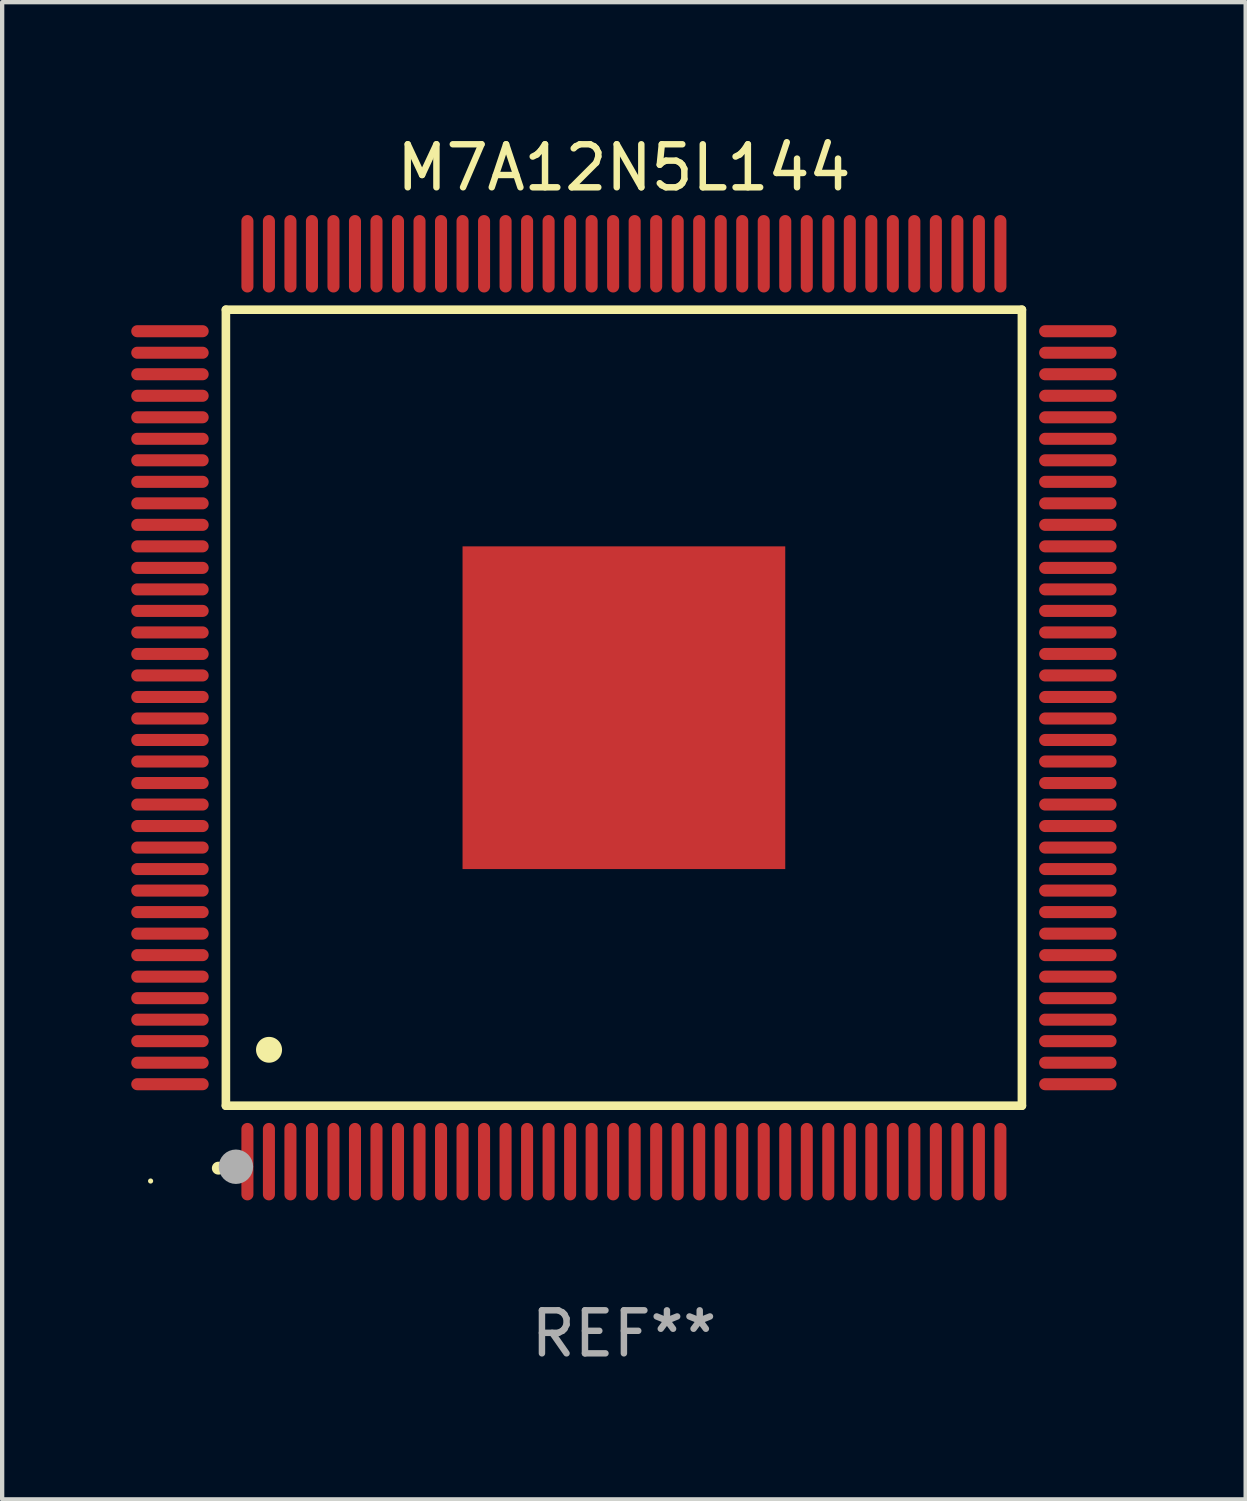
<source format=kicad_pcb>
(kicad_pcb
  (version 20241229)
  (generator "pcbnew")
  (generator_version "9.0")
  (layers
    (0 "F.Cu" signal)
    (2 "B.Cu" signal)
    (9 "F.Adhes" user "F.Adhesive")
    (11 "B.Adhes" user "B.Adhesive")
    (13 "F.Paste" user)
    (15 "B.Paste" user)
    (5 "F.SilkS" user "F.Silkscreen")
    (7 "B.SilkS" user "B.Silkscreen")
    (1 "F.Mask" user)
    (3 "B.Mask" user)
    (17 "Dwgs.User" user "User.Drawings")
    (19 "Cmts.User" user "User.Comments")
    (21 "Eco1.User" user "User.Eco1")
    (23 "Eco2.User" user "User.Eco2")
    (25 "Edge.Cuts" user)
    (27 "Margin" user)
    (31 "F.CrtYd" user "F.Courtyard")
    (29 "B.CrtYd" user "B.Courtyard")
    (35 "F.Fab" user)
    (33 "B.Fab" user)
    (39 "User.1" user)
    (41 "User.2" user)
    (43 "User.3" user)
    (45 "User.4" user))
  (footprint "M7A12N5L144"
    (layer "F.Cu")
    (at 11.45 13.398)
    (property "Reference" "M7A12N5L144" (at 0 -12.55 0) (layer "F.SilkS") (effects (font (size 1 1) (thickness 0.15))))
    (attr through_hole)
    (fp_line (start -9.25 -9.25) (end 9.25 -9.25) (stroke (width 0.2) (type solid)) (layer "F.SilkS"))
    (fp_line (start -9.25 9.25) (end -9.25 -9.25) (stroke (width 0.2) (type solid)) (layer "F.SilkS"))
    (fp_line (start 9.25 -9.25) (end 9.25 9.25) (stroke (width 0.2) (type solid)) (layer "F.SilkS"))
    (fp_line (start 9.25 9.25) (end -9.25 9.25) (stroke (width 0.2) (type solid)) (layer "F.SilkS"))
    (fp_arc (start -9.425959 10.701041) (mid -9.424689 10.701036) (end -9.423419 10.701041) (stroke (width 0.3) (type solid)) (layer "F.SilkS"))
    (fp_arc (start -8.249936 7.950216) (mid -8.247396 7.950205) (end -8.244856 7.950216) (stroke (width 0.6) (type solid)) (layer "F.SilkS"))
    (fp_circle (center -11 11) (end -10.97 11) (stroke (width 0.06) (type solid)) (fill no) (layer "F.SilkS"))
    (fp_circle (center -9.017 10.668) (end -8.817 10.668) (stroke (width 0.4) (type solid)) (fill no) (layer "F.Fab"))
    (fp_text user "REF**" (at 0 14.55 0) (layer "F.Fab") (effects (font (size 1 1) (thickness 0.15))))
    (pad "1" smd oval (at -8.75 10.55 180) (size 0.28 1.8) (layers "F.Cu" "F.Mask" "F.Paste"))
    (pad "2" smd oval (at -8.25 10.55 180) (size 0.28 1.8) (layers "F.Cu" "F.Mask" "F.Paste"))
    (pad "3" smd oval (at -7.75 10.55 180) (size 0.28 1.8) (layers "F.Cu" "F.Mask" "F.Paste"))
    (pad "4" smd oval (at -7.25 10.55 180) (size 0.28 1.8) (layers "F.Cu" "F.Mask" "F.Paste"))
    (pad "5" smd oval (at -6.75 10.55 180) (size 0.28 1.8) (layers "F.Cu" "F.Mask" "F.Paste"))
    (pad "6" smd oval (at -6.25 10.55 180) (size 0.28 1.8) (layers "F.Cu" "F.Mask" "F.Paste"))
    (pad "7" smd oval (at -5.75 10.55 180) (size 0.28 1.8) (layers "F.Cu" "F.Mask" "F.Paste"))
    (pad "8" smd oval (at -5.25 10.55 180) (size 0.28 1.8) (layers "F.Cu" "F.Mask" "F.Paste"))
    (pad "9" smd oval (at -4.75 10.55 180) (size 0.28 1.8) (layers "F.Cu" "F.Mask" "F.Paste"))
    (pad "10" smd oval (at -4.25 10.55 180) (size 0.28 1.8) (layers "F.Cu" "F.Mask" "F.Paste"))
    (pad "11" smd oval (at -3.75 10.55 180) (size 0.28 1.8) (layers "F.Cu" "F.Mask" "F.Paste"))
    (pad "12" smd oval (at -3.25 10.55 180) (size 0.28 1.8) (layers "F.Cu" "F.Mask" "F.Paste"))
    (pad "13" smd oval (at -2.75 10.55 180) (size 0.28 1.8) (layers "F.Cu" "F.Mask" "F.Paste"))
    (pad "14" smd oval (at -2.25 10.55 180) (size 0.28 1.8) (layers "F.Cu" "F.Mask" "F.Paste"))
    (pad "15" smd oval (at -1.75 10.55 180) (size 0.28 1.8) (layers "F.Cu" "F.Mask" "F.Paste"))
    (pad "16" smd oval (at -1.25 10.55 180) (size 0.28 1.8) (layers "F.Cu" "F.Mask" "F.Paste"))
    (pad "17" smd oval (at -0.75 10.55 180) (size 0.28 1.8) (layers "F.Cu" "F.Mask" "F.Paste"))
    (pad "18" smd oval (at -0.25 10.55 180) (size 0.28 1.8) (layers "F.Cu" "F.Mask" "F.Paste"))
    (pad "19" smd oval (at 0.25 10.55 180) (size 0.28 1.8) (layers "F.Cu" "F.Mask" "F.Paste"))
    (pad "20" smd oval (at 0.75 10.55 180) (size 0.28 1.8) (layers "F.Cu" "F.Mask" "F.Paste"))
    (pad "21" smd oval (at 1.25 10.55 180) (size 0.28 1.8) (layers "F.Cu" "F.Mask" "F.Paste"))
    (pad "22" smd oval (at 1.75 10.55 180) (size 0.28 1.8) (layers "F.Cu" "F.Mask" "F.Paste"))
    (pad "23" smd oval (at 2.25 10.55 180) (size 0.28 1.8) (layers "F.Cu" "F.Mask" "F.Paste"))
    (pad "24" smd oval (at 2.75 10.55 180) (size 0.28 1.8) (layers "F.Cu" "F.Mask" "F.Paste"))
    (pad "25" smd oval (at 3.25 10.55 180) (size 0.28 1.8) (layers "F.Cu" "F.Mask" "F.Paste"))
    (pad "26" smd oval (at 3.75 10.55 180) (size 0.28 1.8) (layers "F.Cu" "F.Mask" "F.Paste"))
    (pad "27" smd oval (at 4.25 10.55 180) (size 0.28 1.8) (layers "F.Cu" "F.Mask" "F.Paste"))
    (pad "28" smd oval (at 4.75 10.55 180) (size 0.28 1.8) (layers "F.Cu" "F.Mask" "F.Paste"))
    (pad "29" smd oval (at 5.25 10.55 180) (size 0.28 1.8) (layers "F.Cu" "F.Mask" "F.Paste"))
    (pad "30" smd oval (at 5.75 10.55 180) (size 0.28 1.8) (layers "F.Cu" "F.Mask" "F.Paste"))
    (pad "31" smd oval (at 6.25 10.55 180) (size 0.28 1.8) (layers "F.Cu" "F.Mask" "F.Paste"))
    (pad "32" smd oval (at 6.75 10.55 180) (size 0.28 1.8) (layers "F.Cu" "F.Mask" "F.Paste"))
    (pad "33" smd oval (at 7.25 10.55 180) (size 0.28 1.8) (layers "F.Cu" "F.Mask" "F.Paste"))
    (pad "34" smd oval (at 7.75 10.55 180) (size 0.28 1.8) (layers "F.Cu" "F.Mask" "F.Paste"))
    (pad "35" smd oval (at 8.25 10.55 180) (size 0.28 1.8) (layers "F.Cu" "F.Mask" "F.Paste"))
    (pad "36" smd oval (at 8.75 10.55 180) (size 0.28 1.8) (layers "F.Cu" "F.Mask" "F.Paste"))
    (pad "37" smd oval (at 10.55 8.75 90) (size 0.28 1.8) (layers "F.Cu" "F.Mask" "F.Paste"))
    (pad "38" smd oval (at 10.55 8.25 90) (size 0.28 1.8) (layers "F.Cu" "F.Mask" "F.Paste"))
    (pad "39" smd oval (at 10.55 7.75 90) (size 0.28 1.8) (layers "F.Cu" "F.Mask" "F.Paste"))
    (pad "40" smd oval (at 10.55 7.25 90) (size 0.28 1.8) (layers "F.Cu" "F.Mask" "F.Paste"))
    (pad "41" smd oval (at 10.55 6.75 90) (size 0.28 1.8) (layers "F.Cu" "F.Mask" "F.Paste"))
    (pad "42" smd oval (at 10.55 6.25 90) (size 0.28 1.8) (layers "F.Cu" "F.Mask" "F.Paste"))
    (pad "43" smd oval (at 10.55 5.75 90) (size 0.28 1.8) (layers "F.Cu" "F.Mask" "F.Paste"))
    (pad "44" smd oval (at 10.55 5.25 90) (size 0.28 1.8) (layers "F.Cu" "F.Mask" "F.Paste"))
    (pad "45" smd oval (at 10.55 4.75 90) (size 0.28 1.8) (layers "F.Cu" "F.Mask" "F.Paste"))
    (pad "46" smd oval (at 10.55 4.25 90) (size 0.28 1.8) (layers "F.Cu" "F.Mask" "F.Paste"))
    (pad "47" smd oval (at 10.55 3.75 90) (size 0.28 1.8) (layers "F.Cu" "F.Mask" "F.Paste"))
    (pad "48" smd oval (at 10.55 3.25 90) (size 0.28 1.8) (layers "F.Cu" "F.Mask" "F.Paste"))
    (pad "49" smd oval (at 10.55 2.75 90) (size 0.28 1.8) (layers "F.Cu" "F.Mask" "F.Paste"))
    (pad "50" smd oval (at 10.55 2.25 90) (size 0.28 1.8) (layers "F.Cu" "F.Mask" "F.Paste"))
    (pad "51" smd oval (at 10.55 1.75 90) (size 0.28 1.8) (layers "F.Cu" "F.Mask" "F.Paste"))
    (pad "52" smd oval (at 10.55 1.25 90) (size 0.28 1.8) (layers "F.Cu" "F.Mask" "F.Paste"))
    (pad "53" smd oval (at 10.55 0.75 90) (size 0.28 1.8) (layers "F.Cu" "F.Mask" "F.Paste"))
    (pad "54" smd oval (at 10.55 0.25 90) (size 0.28 1.8) (layers "F.Cu" "F.Mask" "F.Paste"))
    (pad "55" smd oval (at 10.55 -0.25 90) (size 0.28 1.8) (layers "F.Cu" "F.Mask" "F.Paste"))
    (pad "56" smd oval (at 10.55 -0.75 90) (size 0.28 1.8) (layers "F.Cu" "F.Mask" "F.Paste"))
    (pad "57" smd oval (at 10.55 -1.25 90) (size 0.28 1.8) (layers "F.Cu" "F.Mask" "F.Paste"))
    (pad "58" smd oval (at 10.55 -1.75 90) (size 0.28 1.8) (layers "F.Cu" "F.Mask" "F.Paste"))
    (pad "59" smd oval (at 10.55 -2.25 90) (size 0.28 1.8) (layers "F.Cu" "F.Mask" "F.Paste"))
    (pad "60" smd oval (at 10.55 -2.75 90) (size 0.28 1.8) (layers "F.Cu" "F.Mask" "F.Paste"))
    (pad "61" smd oval (at 10.55 -3.25 90) (size 0.28 1.8) (layers "F.Cu" "F.Mask" "F.Paste"))
    (pad "62" smd oval (at 10.55 -3.75 90) (size 0.28 1.8) (layers "F.Cu" "F.Mask" "F.Paste"))
    (pad "63" smd oval (at 10.55 -4.25 90) (size 0.28 1.8) (layers "F.Cu" "F.Mask" "F.Paste"))
    (pad "64" smd oval (at 10.55 -4.75 90) (size 0.28 1.8) (layers "F.Cu" "F.Mask" "F.Paste"))
    (pad "65" smd oval (at 10.55 -5.25 90) (size 0.28 1.8) (layers "F.Cu" "F.Mask" "F.Paste"))
    (pad "66" smd oval (at 10.55 -5.75 90) (size 0.28 1.8) (layers "F.Cu" "F.Mask" "F.Paste"))
    (pad "67" smd oval (at 10.55 -6.25 90) (size 0.28 1.8) (layers "F.Cu" "F.Mask" "F.Paste"))
    (pad "68" smd oval (at 10.55 -6.75 90) (size 0.28 1.8) (layers "F.Cu" "F.Mask" "F.Paste"))
    (pad "69" smd oval (at 10.55 -7.25 90) (size 0.28 1.8) (layers "F.Cu" "F.Mask" "F.Paste"))
    (pad "70" smd oval (at 10.55 -7.75 90) (size 0.28 1.8) (layers "F.Cu" "F.Mask" "F.Paste"))
    (pad "71" smd oval (at 10.55 -8.25 90) (size 0.28 1.8) (layers "F.Cu" "F.Mask" "F.Paste"))
    (pad "72" smd oval (at 10.55 -8.75 90) (size 0.28 1.8) (layers "F.Cu" "F.Mask" "F.Paste"))
    (pad "73" smd oval (at 8.75 -10.55 180) (size 0.28 1.8) (layers "F.Cu" "F.Mask" "F.Paste"))
    (pad "74" smd oval (at 8.25 -10.55 180) (size 0.28 1.8) (layers "F.Cu" "F.Mask" "F.Paste"))
    (pad "75" smd oval (at 7.75 -10.55 180) (size 0.28 1.8) (layers "F.Cu" "F.Mask" "F.Paste"))
    (pad "76" smd oval (at 7.25 -10.55 180) (size 0.28 1.8) (layers "F.Cu" "F.Mask" "F.Paste"))
    (pad "77" smd oval (at 6.75 -10.55 180) (size 0.28 1.8) (layers "F.Cu" "F.Mask" "F.Paste"))
    (pad "78" smd oval (at 6.25 -10.55 180) (size 0.28 1.8) (layers "F.Cu" "F.Mask" "F.Paste"))
    (pad "79" smd oval (at 5.75 -10.55 180) (size 0.28 1.8) (layers "F.Cu" "F.Mask" "F.Paste"))
    (pad "80" smd oval (at 5.25 -10.55 180) (size 0.28 1.8) (layers "F.Cu" "F.Mask" "F.Paste"))
    (pad "81" smd oval (at 4.75 -10.55 180) (size 0.28 1.8) (layers "F.Cu" "F.Mask" "F.Paste"))
    (pad "82" smd oval (at 4.25 -10.55 180) (size 0.28 1.8) (layers "F.Cu" "F.Mask" "F.Paste"))
    (pad "83" smd oval (at 3.75 -10.55 180) (size 0.28 1.8) (layers "F.Cu" "F.Mask" "F.Paste"))
    (pad "84" smd oval (at 3.25 -10.55 180) (size 0.28 1.8) (layers "F.Cu" "F.Mask" "F.Paste"))
    (pad "85" smd oval (at 2.75 -10.55 180) (size 0.28 1.8) (layers "F.Cu" "F.Mask" "F.Paste"))
    (pad "86" smd oval (at 2.25 -10.55 180) (size 0.28 1.8) (layers "F.Cu" "F.Mask" "F.Paste"))
    (pad "87" smd oval (at 1.75 -10.55 180) (size 0.28 1.8) (layers "F.Cu" "F.Mask" "F.Paste"))
    (pad "88" smd oval (at 1.25 -10.55 180) (size 0.28 1.8) (layers "F.Cu" "F.Mask" "F.Paste"))
    (pad "89" smd oval (at 0.75 -10.55 180) (size 0.28 1.8) (layers "F.Cu" "F.Mask" "F.Paste"))
    (pad "90" smd oval (at 0.25 -10.55 180) (size 0.28 1.8) (layers "F.Cu" "F.Mask" "F.Paste"))
    (pad "91" smd oval (at -0.25 -10.55 180) (size 0.28 1.8) (layers "F.Cu" "F.Mask" "F.Paste"))
    (pad "92" smd oval (at -0.75 -10.55 180) (size 0.28 1.8) (layers "F.Cu" "F.Mask" "F.Paste"))
    (pad "93" smd oval (at -1.25 -10.55 180) (size 0.28 1.8) (layers "F.Cu" "F.Mask" "F.Paste"))
    (pad "94" smd oval (at -1.75 -10.55 180) (size 0.28 1.8) (layers "F.Cu" "F.Mask" "F.Paste"))
    (pad "95" smd oval (at -2.25 -10.55 180) (size 0.28 1.8) (layers "F.Cu" "F.Mask" "F.Paste"))
    (pad "96" smd oval (at -2.75 -10.55 180) (size 0.28 1.8) (layers "F.Cu" "F.Mask" "F.Paste"))
    (pad "97" smd oval (at -3.25 -10.55 180) (size 0.28 1.8) (layers "F.Cu" "F.Mask" "F.Paste"))
    (pad "98" smd oval (at -3.75 -10.55 180) (size 0.28 1.8) (layers "F.Cu" "F.Mask" "F.Paste"))
    (pad "99" smd oval (at -4.25 -10.55 180) (size 0.28 1.8) (layers "F.Cu" "F.Mask" "F.Paste"))
    (pad "100" smd oval (at -4.75 -10.55 180) (size 0.28 1.8) (layers "F.Cu" "F.Mask" "F.Paste"))
    (pad "101" smd oval (at -5.25 -10.55 180) (size 0.28 1.8) (layers "F.Cu" "F.Mask" "F.Paste"))
    (pad "102" smd oval (at -5.75 -10.55 180) (size 0.28 1.8) (layers "F.Cu" "F.Mask" "F.Paste"))
    (pad "103" smd oval (at -6.25 -10.55 180) (size 0.28 1.8) (layers "F.Cu" "F.Mask" "F.Paste"))
    (pad "104" smd oval (at -6.75 -10.55 180) (size 0.28 1.8) (layers "F.Cu" "F.Mask" "F.Paste"))
    (pad "105" smd oval (at -7.25 -10.55 180) (size 0.28 1.8) (layers "F.Cu" "F.Mask" "F.Paste"))
    (pad "106" smd oval (at -7.75 -10.55 180) (size 0.28 1.8) (layers "F.Cu" "F.Mask" "F.Paste"))
    (pad "107" smd oval (at -8.25 -10.55 180) (size 0.28 1.8) (layers "F.Cu" "F.Mask" "F.Paste"))
    (pad "108" smd oval (at -8.75 -10.55 180) (size 0.28 1.8) (layers "F.Cu" "F.Mask" "F.Paste"))
    (pad "109" smd oval (at -10.55 -8.75 90) (size 0.28 1.8) (layers "F.Cu" "F.Mask" "F.Paste"))
    (pad "110" smd oval (at -10.55 -8.25 90) (size 0.28 1.8) (layers "F.Cu" "F.Mask" "F.Paste"))
    (pad "111" smd oval (at -10.55 -7.75 90) (size 0.28 1.8) (layers "F.Cu" "F.Mask" "F.Paste"))
    (pad "112" smd oval (at -10.55 -7.25 90) (size 0.28 1.8) (layers "F.Cu" "F.Mask" "F.Paste"))
    (pad "113" smd oval (at -10.55 -6.75 90) (size 0.28 1.8) (layers "F.Cu" "F.Mask" "F.Paste"))
    (pad "114" smd oval (at -10.55 -6.25 90) (size 0.28 1.8) (layers "F.Cu" "F.Mask" "F.Paste"))
    (pad "115" smd oval (at -10.55 -5.75 90) (size 0.28 1.8) (layers "F.Cu" "F.Mask" "F.Paste"))
    (pad "116" smd oval (at -10.55 -5.25 90) (size 0.28 1.8) (layers "F.Cu" "F.Mask" "F.Paste"))
    (pad "117" smd oval (at -10.55 -4.75 90) (size 0.28 1.8) (layers "F.Cu" "F.Mask" "F.Paste"))
    (pad "118" smd oval (at -10.55 -4.25 90) (size 0.28 1.8) (layers "F.Cu" "F.Mask" "F.Paste"))
    (pad "119" smd oval (at -10.55 -3.75 90) (size 0.28 1.8) (layers "F.Cu" "F.Mask" "F.Paste"))
    (pad "120" smd oval (at -10.55 -3.25 90) (size 0.28 1.8) (layers "F.Cu" "F.Mask" "F.Paste"))
    (pad "121" smd oval (at -10.55 -2.75 90) (size 0.28 1.8) (layers "F.Cu" "F.Mask" "F.Paste"))
    (pad "122" smd oval (at -10.55 -2.25 90) (size 0.28 1.8) (layers "F.Cu" "F.Mask" "F.Paste"))
    (pad "123" smd oval (at -10.55 -1.75 90) (size 0.28 1.8) (layers "F.Cu" "F.Mask" "F.Paste"))
    (pad "124" smd oval (at -10.55 -1.25 90) (size 0.28 1.8) (layers "F.Cu" "F.Mask" "F.Paste"))
    (pad "125" smd oval (at -10.55 -0.75 90) (size 0.28 1.8) (layers "F.Cu" "F.Mask" "F.Paste"))
    (pad "126" smd oval (at -10.55 -0.25 90) (size 0.28 1.8) (layers "F.Cu" "F.Mask" "F.Paste"))
    (pad "127" smd oval (at -10.55 0.25 90) (size 0.28 1.8) (layers "F.Cu" "F.Mask" "F.Paste"))
    (pad "128" smd oval (at -10.55 0.75 90) (size 0.28 1.8) (layers "F.Cu" "F.Mask" "F.Paste"))
    (pad "129" smd oval (at -10.55 1.25 90) (size 0.28 1.8) (layers "F.Cu" "F.Mask" "F.Paste"))
    (pad "130" smd oval (at -10.55 1.75 90) (size 0.28 1.8) (layers "F.Cu" "F.Mask" "F.Paste"))
    (pad "131" smd oval (at -10.55 2.25 90) (size 0.28 1.8) (layers "F.Cu" "F.Mask" "F.Paste"))
    (pad "132" smd oval (at -10.55 2.75 90) (size 0.28 1.8) (layers "F.Cu" "F.Mask" "F.Paste"))
    (pad "133" smd oval (at -10.55 3.25 90) (size 0.28 1.8) (layers "F.Cu" "F.Mask" "F.Paste"))
    (pad "134" smd oval (at -10.55 3.75 90) (size 0.28 1.8) (layers "F.Cu" "F.Mask" "F.Paste"))
    (pad "135" smd oval (at -10.55 4.25 90) (size 0.28 1.8) (layers "F.Cu" "F.Mask" "F.Paste"))
    (pad "136" smd oval (at -10.55 4.75 90) (size 0.28 1.8) (layers "F.Cu" "F.Mask" "F.Paste"))
    (pad "137" smd oval (at -10.55 5.25 90) (size 0.28 1.8) (layers "F.Cu" "F.Mask" "F.Paste"))
    (pad "138" smd oval (at -10.55 5.75 90) (size 0.28 1.8) (layers "F.Cu" "F.Mask" "F.Paste"))
    (pad "139" smd oval (at -10.55 6.25 90) (size 0.28 1.8) (layers "F.Cu" "F.Mask" "F.Paste"))
    (pad "140" smd oval (at -10.55 6.75 90) (size 0.28 1.8) (layers "F.Cu" "F.Mask" "F.Paste"))
    (pad "141" smd oval (at -10.55 7.25 90) (size 0.28 1.8) (layers "F.Cu" "F.Mask" "F.Paste"))
    (pad "142" smd oval (at -10.55 7.75 90) (size 0.28 1.8) (layers "F.Cu" "F.Mask" "F.Paste"))
    (pad "143" smd oval (at -10.55 8.25 90) (size 0.28 1.8) (layers "F.Cu" "F.Mask" "F.Paste"))
    (pad "144" smd oval (at -10.55 8.75 90) (size 0.28 1.8) (layers "F.Cu" "F.Mask" "F.Paste"))
    (pad "145" smd rect (at 0 0 90) (size 7.5 7.5) (layers "F.Cu" "F.Mask" "F.Paste")))
  (gr_rect
    (start -3 -3)
    (end 25.9 31.796)
    (stroke (width 0.1) (type default))
    (fill no)
    (layer "Edge.Cuts")))
</source>
